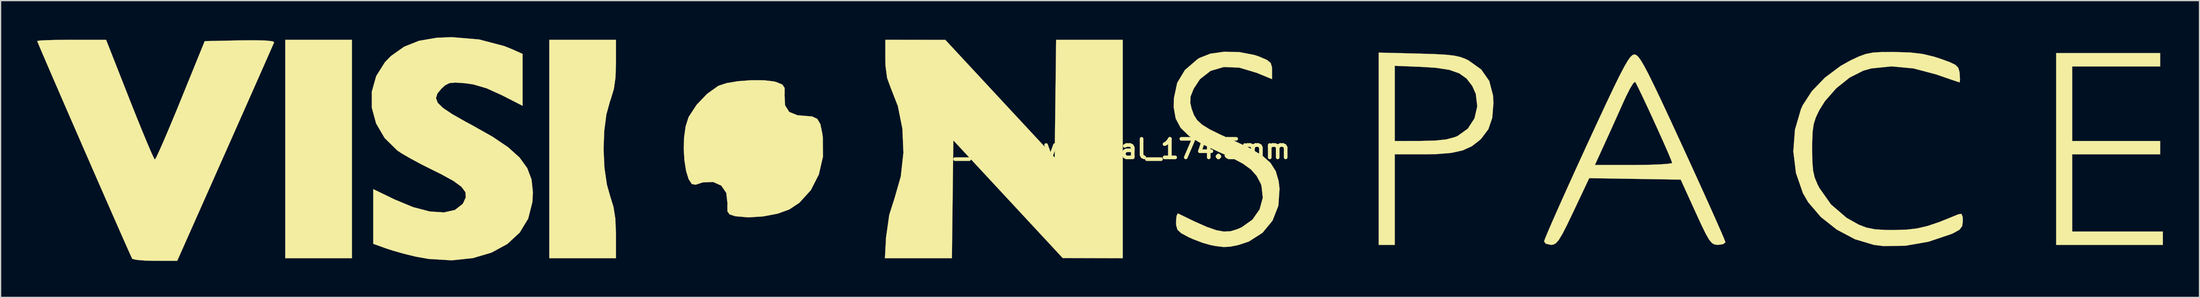
<source format=kicad_pcb>
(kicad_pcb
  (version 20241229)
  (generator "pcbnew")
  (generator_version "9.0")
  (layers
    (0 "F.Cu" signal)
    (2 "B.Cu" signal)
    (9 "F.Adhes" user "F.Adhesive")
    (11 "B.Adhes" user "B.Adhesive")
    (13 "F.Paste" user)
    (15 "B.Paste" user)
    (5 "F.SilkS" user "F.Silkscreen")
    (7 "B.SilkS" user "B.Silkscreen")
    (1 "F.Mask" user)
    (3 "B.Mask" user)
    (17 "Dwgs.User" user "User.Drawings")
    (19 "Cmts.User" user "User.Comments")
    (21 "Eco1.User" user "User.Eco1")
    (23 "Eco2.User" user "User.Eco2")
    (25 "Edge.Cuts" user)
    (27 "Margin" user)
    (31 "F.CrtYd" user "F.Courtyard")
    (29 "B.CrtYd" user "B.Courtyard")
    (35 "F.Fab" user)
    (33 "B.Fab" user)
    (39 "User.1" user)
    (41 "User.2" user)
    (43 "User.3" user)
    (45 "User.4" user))
  (footprint "VST_logo_vertical_174.5mm"
    (layer "F.Cu")
    (at 87.153 9.199)
    (property "Reference" "VST_logo_vertical_174.5mm" (at 0 0 0) (layer "F.SilkS") (effects (font (size 1.524 1.524) (thickness 0.3))))
    (attr through_hole)
    (fp_poly (pts (xy -61.31 8.978) (xy -66.784 8.978) (xy -66.784 -8.978) (xy -61.31 -8.978) (xy -61.31 8.978)) (stroke (width 0.01) (type solid)) (fill yes) (layer "F.SilkS"))
    (fp_poly (pts (xy 87.148 -6.788) (xy 79.922 -6.788) (xy 79.922 -0.657) (xy 87.148 -0.657) (xy 87.148 0.438) (xy 79.922 0.438) (xy 79.922 6.788) (xy 87.367 6.788) (xy 87.367 7.883) (xy 78.609 7.883) (xy 78.609 -7.883) (xy 87.148 -7.883) (xy 87.148 -6.788)) (stroke (width 0.01) (type solid)) (fill yes) (layer "F.SilkS"))
    (fp_poly (pts (xy -39.633 -7.062) (xy -39.671 -5.869) (xy -39.803 -4.939) (xy -40.054 -4.099) (xy -40.116 -3.941) (xy -40.419 -2.843) (xy -40.597 -1.466) (xy -40.649 0.048) (xy -40.576 1.559) (xy -40.377 2.924) (xy -40.124 3.824) (xy -39.836 4.756) (xy -39.682 5.738) (xy -39.633 6.955) (xy -39.633 7.054) (xy -39.633 8.978) (xy -45.107 8.978) (xy -45.107 -8.978) (xy -39.633 -8.978) (xy -39.633 -7.062)) (stroke (width 0.01) (type solid)) (fill yes) (layer "F.SilkS"))
    (fp_poly (pts (xy 1.971 8.978) (xy -2.956 8.964) (xy -11.934 -0.711) (xy -11.993 4.133) (xy -12.051 8.978) (xy -17.551 8.978) (xy -17.46 7.281) (xy -17.195 5.408) (xy -16.762 4.051) (xy -16.247 2.252) (xy -16.033 0.307) (xy -16.115 -1.661) (xy -16.489 -3.528) (xy -17.077 -5.032) (xy -17.369 -5.825) (xy -17.502 -6.813) (xy -17.517 -7.436) (xy -17.517 -8.978) (xy -15.054 -8.974) (xy -12.591 -8.971) (xy -8.102 -4.135) (xy -3.613 0.701) (xy -3.554 -4.138) (xy -3.495 -8.978) (xy 1.971 -8.978) (xy 1.971 8.978)) (stroke (width 0.01) (type solid)) (fill yes) (layer "F.SilkS"))
    (fp_poly (pts (xy 26.221 -7.844) (xy 27.524 -7.805) (xy 28.477 -7.753) (xy 29.167 -7.678) (xy 29.682 -7.566) (xy 30.11 -7.406) (xy 30.374 -7.276) (xy 31.404 -6.538) (xy 32.063 -5.595) (xy 32.374 -4.406) (xy 32.407 -3.77) (xy 32.311 -2.561) (xy 31.994 -1.629) (xy 31.41 -0.852) (xy 31.275 -0.722) (xy 30.632 -0.226) (xy 29.885 0.114) (xy 28.947 0.322) (xy 27.725 0.421) (xy 26.721 0.438) (xy 24.305 0.438) (xy 24.305 7.883) (xy 22.991 7.883) (xy 22.991 -0.657) (xy 24.305 -0.657) (xy 26.44 -0.662) (xy 27.648 -0.693) (xy 28.535 -0.79) (xy 29.216 -0.969) (xy 29.467 -1.072) (xy 30.304 -1.672) (xy 30.852 -2.52) (xy 31.08 -3.51) (xy 30.958 -4.535) (xy 30.664 -5.19) (xy 30.197 -5.793) (xy 29.597 -6.221) (xy 28.784 -6.505) (xy 27.68 -6.675) (xy 26.55 -6.747) (xy 24.305 -6.838) (xy 24.305 -0.657) (xy 22.991 -0.657) (xy 22.991 -7.923) (xy 26.221 -7.844)) (stroke (width 0.01) (type solid)) (fill yes) (layer "F.SilkS"))
    (fp_poly (pts (xy -27.511 -5.653) (xy -26.677 -5.557) (xy -26.463 -5.5) (xy -25.975 -5.298) (xy -25.785 -5.022) (xy -25.786 -4.503) (xy -25.792 -4.433) (xy -25.747 -3.587) (xy -25.406 -3.046) (xy -24.736 -2.776) (xy -24.202 -2.73) (xy -23.528 -2.674) (xy -23.105 -2.478) (xy -22.854 -2.052) (xy -22.697 -1.308) (xy -22.65 -0.962) (xy -22.636 0.619) (xy -22.974 2.091) (xy -23.631 3.382) (xy -24.574 4.422) (xy -25.406 4.973) (xy -26.357 5.317) (xy -27.537 5.541) (xy -28.747 5.622) (xy -29.79 5.534) (xy -29.889 5.512) (xy -30.308 5.373) (xy -30.48 5.128) (xy -30.488 4.628) (xy -30.477 4.481) (xy -30.575 3.613) (xy -30.987 3.012) (xy -31.653 2.711) (xy -32.516 2.747) (xy -33.087 2.936) (xy -33.405 2.88) (xy -33.671 2.473) (xy -33.876 1.799) (xy -34.011 0.945) (xy -34.068 -0.006) (xy -34.038 -0.968) (xy -33.913 -1.857) (xy -33.684 -2.587) (xy -33.654 -2.651) (xy -33.012 -3.633) (xy -32.15 -4.536) (xy -31.233 -5.19) (xy -31.216 -5.198) (xy -30.549 -5.418) (xy -29.604 -5.574) (xy -28.539 -5.655) (xy -27.511 -5.653)) (stroke (width 0.01) (type solid)) (fill yes) (layer "F.SilkS"))
    (fp_poly (pts (xy -79.558 -4.058) (xy -79.014 -2.689) (xy -78.518 -1.466) (xy -78.094 -0.445) (xy -77.765 0.319) (xy -77.554 0.77) (xy -77.489 0.868) (xy -77.372 0.677) (xy -77.118 0.133) (xy -76.748 -0.705) (xy -76.289 -1.784) (xy -75.763 -3.048) (xy -75.376 -3.996) (xy -73.397 -8.868) (xy -70.508 -8.929) (xy -69.28 -8.94) (xy -68.377 -8.916) (xy -67.838 -8.858) (xy -67.695 -8.779) (xy -67.797 -8.54) (xy -68.058 -7.943) (xy -68.46 -7.029) (xy -68.986 -5.838) (xy -69.616 -4.414) (xy -70.332 -2.797) (xy -71.115 -1.029) (xy -71.711 0.314) (xy -75.653 9.195) (xy -77.446 9.196) (xy -78.288 9.176) (xy -78.948 9.121) (xy -79.315 9.043) (xy -79.351 9.016) (xy -79.466 8.774) (xy -79.73 8.184) (xy -80.124 7.296) (xy -80.625 6.159) (xy -81.211 4.823) (xy -81.862 3.337) (xy -82.555 1.751) (xy -83.269 0.114) (xy -83.982 -1.525) (xy -84.674 -3.115) (xy -85.321 -4.607) (xy -85.903 -5.952) (xy -86.398 -7.1) (xy -86.785 -8.002) (xy -87.042 -8.609) (xy -87.147 -8.87) (xy -87.148 -8.876) (xy -86.943 -8.914) (xy -86.381 -8.945) (xy -85.545 -8.967) (xy -84.515 -8.977) (xy -84.32 -8.978) (xy -81.492 -8.978) (xy -79.558 -4.058)) (stroke (width 0.01) (type solid)) (fill yes) (layer "F.SilkS"))
    (fp_poly (pts (xy -50.873 -9.006) (xy -48.799 -8.462) (xy -48.118 -8.185) (xy -47.297 -7.816) (xy -47.297 -3.55) (xy -48.996 -4.419) (xy -50.25 -4.987) (xy -51.344 -5.308) (xy -52.043 -5.409) (xy -52.811 -5.461) (xy -53.294 -5.419) (xy -53.643 -5.248) (xy -53.954 -4.968) (xy -54.294 -4.557) (xy -54.409 -4.181) (xy -54.267 -3.8) (xy -53.835 -3.376) (xy -53.08 -2.869) (xy -51.97 -2.239) (xy -51.446 -1.958) (xy -49.772 -1.014) (xy -48.483 -0.142) (xy -47.543 0.705) (xy -46.915 1.572) (xy -46.563 2.506) (xy -46.451 3.554) (xy -46.495 4.367) (xy -46.836 5.719) (xy -47.537 6.875) (xy -48.557 7.815) (xy -49.854 8.521) (xy -51.388 8.973) (xy -53.118 9.153) (xy -55.002 9.04) (xy -56.053 8.854) (xy -57.001 8.624) (xy -57.957 8.354) (xy -58.517 8.171) (xy -59.559 7.796) (xy -59.559 3.3) (xy -57.806 4.148) (xy -56.284 4.78) (xy -54.924 5.136) (xy -53.768 5.215) (xy -52.858 5.014) (xy -52.234 4.531) (xy -52.185 4.461) (xy -51.963 3.981) (xy -51.995 3.544) (xy -52.317 3.108) (xy -52.964 2.632) (xy -53.975 2.076) (xy -54.567 1.784) (xy -55.561 1.286) (xy -56.486 0.791) (xy -57.223 0.364) (xy -57.584 0.124) (xy -58.626 -0.9) (xy -59.325 -2.098) (xy -59.677 -3.395) (xy -59.677 -4.718) (xy -59.319 -5.992) (xy -58.598 -7.143) (xy -58.102 -7.647) (xy -57.034 -8.404) (xy -55.814 -8.894) (xy -54.353 -9.145) (xy -53.114 -9.194) (xy -50.873 -9.006)) (stroke (width 0.01) (type solid)) (fill yes) (layer "F.SilkS"))
    (fp_poly (pts (xy 11.57 -7.964) (xy 12.785 -7.729) (xy 13.193 -7.591) (xy 13.813 -7.324) (xy 14.121 -7.073) (xy 14.225 -6.722) (xy 14.233 -6.466) (xy 14.233 -5.742) (xy 12.974 -6.26) (xy 11.541 -6.688) (xy 10.269 -6.74) (xy 9.185 -6.421) (xy 8.314 -5.74) (xy 7.8 -4.957) (xy 7.544 -4.319) (xy 7.519 -3.783) (xy 7.634 -3.299) (xy 7.821 -2.789) (xy 8.083 -2.373) (xy 8.49 -2) (xy 9.108 -1.618) (xy 10.008 -1.174) (xy 11.06 -0.704) (xy 12.425 -0.061) (xy 13.421 0.535) (xy 14.107 1.144) (xy 14.538 1.827) (xy 14.773 2.643) (xy 14.847 3.276) (xy 14.749 4.668) (xy 14.27 5.891) (xy 13.45 6.888) (xy 12.331 7.606) (xy 11.455 7.897) (xy 10.79 8.031) (xy 10.25 8.058) (xy 9.617 7.98) (xy 9.188 7.9) (xy 8.518 7.709) (xy 7.719 7.402) (xy 7.382 7.248) (xy 6.771 6.923) (xy 6.464 6.636) (xy 6.359 6.26) (xy 6.35 5.984) (xy 6.39 5.502) (xy 6.49 5.297) (xy 6.514 5.3) (xy 7.847 5.949) (xy 8.871 6.402) (xy 9.66 6.678) (xy 10.29 6.791) (xy 10.836 6.758) (xy 11.373 6.595) (xy 11.741 6.432) (xy 12.618 5.81) (xy 13.21 4.966) (xy 13.473 4.001) (xy 13.364 3.017) (xy 13.288 2.814) (xy 12.96 2.204) (xy 12.503 1.687) (xy 11.84 1.207) (xy 10.895 0.706) (xy 9.882 0.251) (xy 8.459 -0.419) (xy 7.421 -1.067) (xy 6.723 -1.745) (xy 6.318 -2.51) (xy 6.161 -3.416) (xy 6.174 -4.174) (xy 6.445 -5.441) (xy 7.076 -6.491) (xy 8.095 -7.372) (xy 8.261 -7.479) (xy 9.163 -7.836) (xy 10.314 -7.999) (xy 11.57 -7.964)) (stroke (width 0.01) (type solid)) (fill yes) (layer "F.SilkS"))
    (fp_poly (pts (xy 66.624 -7.933) (xy 67.632 -7.816) (xy 68.557 -7.596) (xy 69.084 -7.427) (xy 69.874 -7.141) (xy 70.339 -6.914) (xy 70.572 -6.675) (xy 70.666 -6.352) (xy 70.685 -6.186) (xy 70.713 -5.703) (xy 70.69 -5.479) (xy 70.685 -5.477) (xy 70.462 -5.546) (xy 69.923 -5.727) (xy 69.164 -5.989) (xy 68.755 -6.131) (xy 66.878 -6.627) (xy 65.075 -6.792) (xy 63.429 -6.622) (xy 62.785 -6.443) (xy 61.658 -5.875) (xy 60.56 -4.998) (xy 59.621 -3.928) (xy 59.166 -3.202) (xy 58.88 -2.607) (xy 58.704 -2.058) (xy 58.612 -1.415) (xy 58.578 -0.539) (xy 58.575 0) (xy 58.59 1.036) (xy 58.651 1.773) (xy 58.784 2.35) (xy 59.015 2.905) (xy 59.162 3.195) (xy 60.122 4.558) (xy 61.407 5.663) (xy 62.394 6.217) (xy 63.029 6.461) (xy 63.724 6.601) (xy 64.619 6.658) (xy 65.361 6.661) (xy 66.348 6.628) (xy 67.209 6.526) (xy 68.065 6.324) (xy 69.039 5.993) (xy 70.256 5.502) (xy 70.562 5.372) (xy 70.828 5.33) (xy 70.933 5.58) (xy 70.945 5.896) (xy 70.895 6.339) (xy 70.672 6.638) (xy 70.17 6.915) (xy 69.964 7.005) (xy 68.13 7.622) (xy 66.237 7.954) (xy 64.425 7.981) (xy 63.642 7.883) (xy 62.085 7.418) (xy 60.598 6.629) (xy 59.284 5.589) (xy 58.245 4.373) (xy 57.823 3.645) (xy 57.248 1.987) (xy 57.028 0.201) (xy 57.164 -1.595) (xy 57.656 -3.28) (xy 57.805 -3.609) (xy 58.555 -4.762) (xy 59.628 -5.871) (xy 60.91 -6.829) (xy 61.705 -7.275) (xy 62.412 -7.607) (xy 62.989 -7.816) (xy 63.578 -7.929) (xy 64.32 -7.972) (xy 65.357 -7.974) (xy 66.624 -7.933)) (stroke (width 0.01) (type solid)) (fill yes) (layer "F.SilkS"))
    (fp_poly (pts (xy 44.126 -7.732) (xy 44.295 -7.584) (xy 44.508 -7.294) (xy 44.785 -6.826) (xy 45.144 -6.144) (xy 45.603 -5.212) (xy 46.183 -3.995) (xy 46.9 -2.456) (xy 47.774 -0.561) (xy 47.959 -0.158) (xy 48.741 1.549) (xy 49.461 3.133) (xy 50.101 4.55) (xy 50.64 5.755) (xy 51.058 6.704) (xy 51.337 7.353) (xy 51.454 7.656) (xy 51.457 7.67) (xy 51.268 7.823) (xy 50.84 7.883) (xy 50.579 7.857) (xy 50.354 7.739) (xy 50.121 7.464) (xy 49.838 6.971) (xy 49.461 6.197) (xy 49.003 5.2) (xy 47.782 2.518) (xy 40.272 2.398) (xy 38.978 5.14) (xy 38.451 6.242) (xy 38.06 7.005) (xy 37.766 7.489) (xy 37.525 7.756) (xy 37.299 7.866) (xy 37.126 7.883) (xy 36.703 7.786) (xy 36.567 7.595) (xy 36.656 7.338) (xy 36.909 6.728) (xy 37.306 5.813) (xy 37.827 4.635) (xy 38.452 3.243) (xy 39.161 1.679) (xy 39.328 1.314) (xy 40.739 1.314) (xy 43.908 1.314) (xy 45.03 1.303) (xy 45.977 1.272) (xy 46.672 1.225) (xy 47.04 1.168) (xy 47.078 1.141) (xy 46.99 0.889) (xy 46.754 0.324) (xy 46.406 -0.47) (xy 45.984 -1.412) (xy 45.526 -2.419) (xy 45.071 -3.406) (xy 44.655 -4.293) (xy 44.317 -4.994) (xy 44.095 -5.428) (xy 44.036 -5.523) (xy 43.891 -5.409) (xy 43.623 -4.972) (xy 43.279 -4.291) (xy 43.091 -3.881) (xy 42.598 -2.781) (xy 42.05 -1.562) (xy 41.555 -0.473) (xy 41.514 -0.383) (xy 40.739 1.314) (xy 39.328 1.314) (xy 39.933 -0.009) (xy 40.036 -0.233) (xy 40.938 -2.189) (xy 41.681 -3.782) (xy 42.281 -5.048) (xy 42.759 -6.022) (xy 43.133 -6.739) (xy 43.421 -7.238) (xy 43.643 -7.552) (xy 43.818 -7.718) (xy 43.964 -7.773) (xy 43.983 -7.773) (xy 44.126 -7.732)) (stroke (width 0.01) (type solid)) (fill yes) (layer "F.SilkS")))
  (gr_rect
    (start -3 -3)
    (end 177.526 21.4)
    (stroke (width 0.1) (type default))
    (fill no)
    (layer "Edge.Cuts")))
</source>
